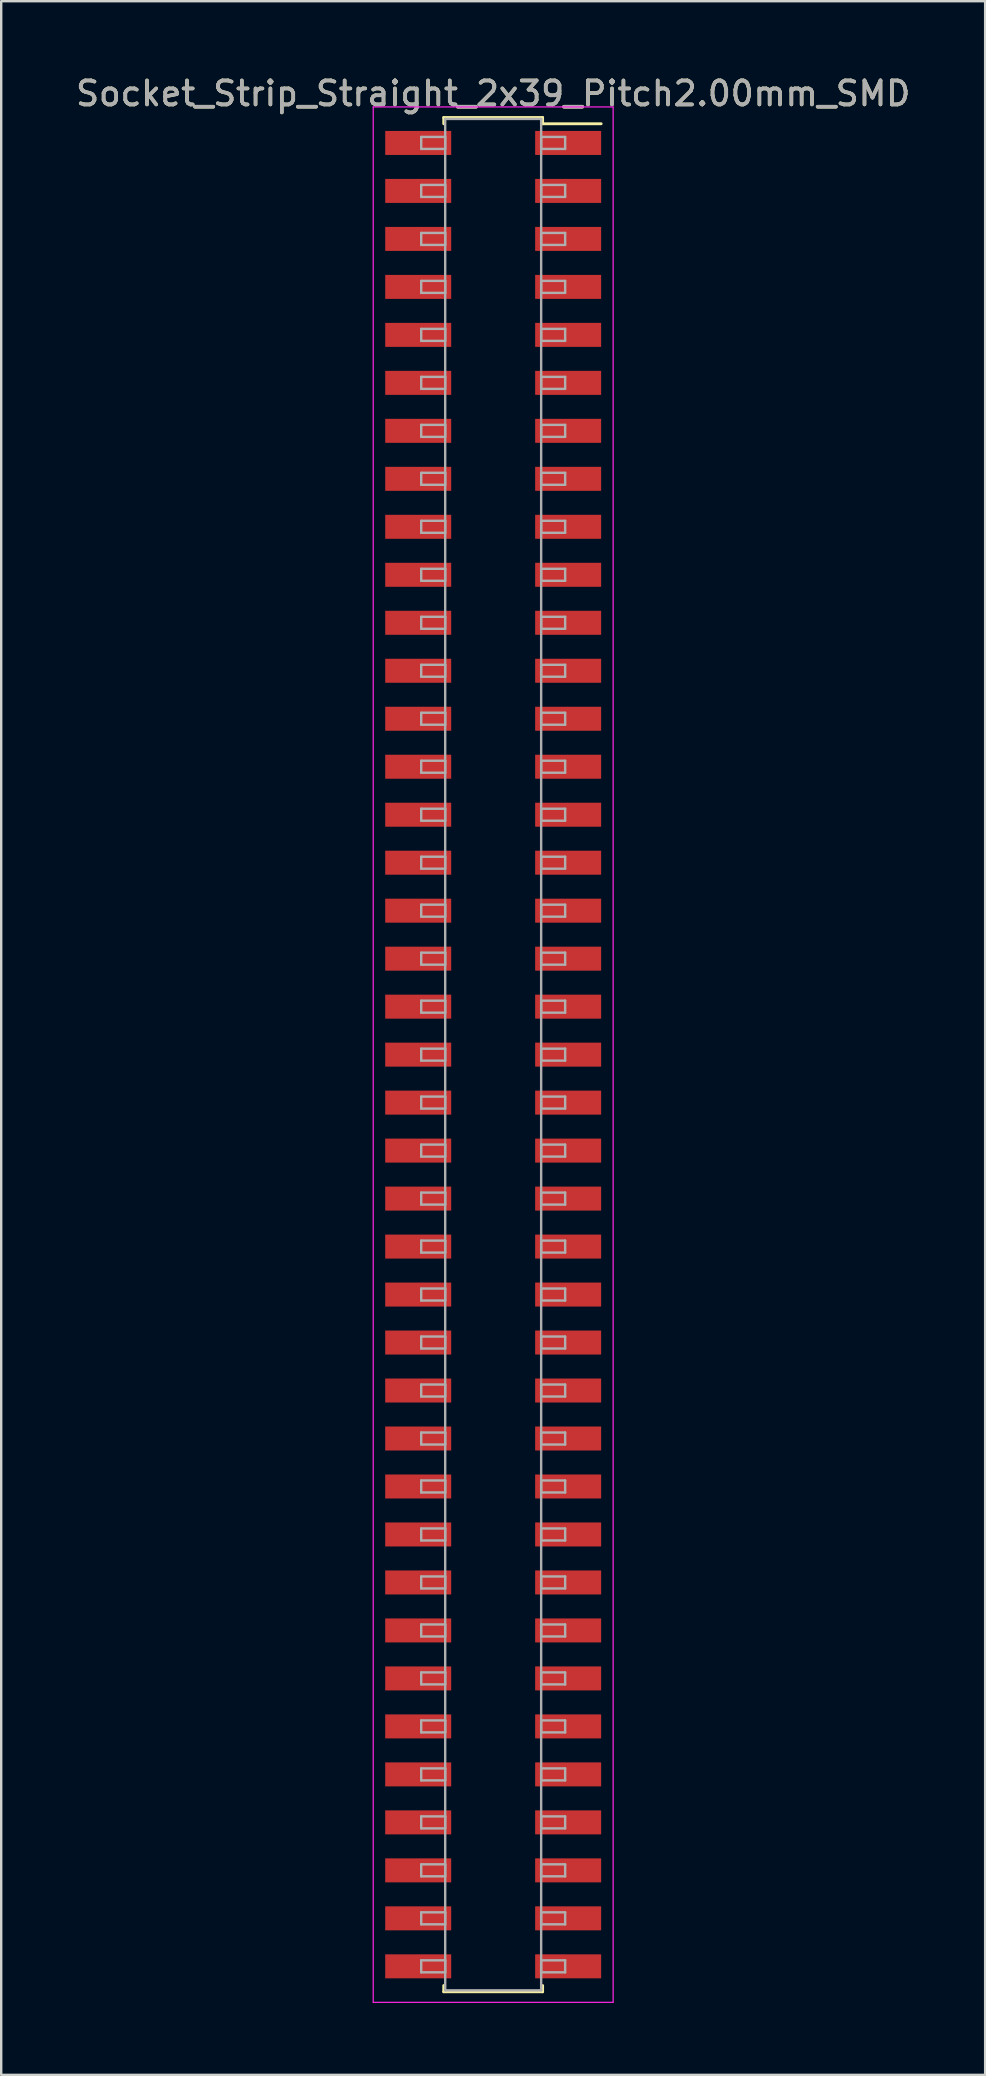
<source format=kicad_pcb>
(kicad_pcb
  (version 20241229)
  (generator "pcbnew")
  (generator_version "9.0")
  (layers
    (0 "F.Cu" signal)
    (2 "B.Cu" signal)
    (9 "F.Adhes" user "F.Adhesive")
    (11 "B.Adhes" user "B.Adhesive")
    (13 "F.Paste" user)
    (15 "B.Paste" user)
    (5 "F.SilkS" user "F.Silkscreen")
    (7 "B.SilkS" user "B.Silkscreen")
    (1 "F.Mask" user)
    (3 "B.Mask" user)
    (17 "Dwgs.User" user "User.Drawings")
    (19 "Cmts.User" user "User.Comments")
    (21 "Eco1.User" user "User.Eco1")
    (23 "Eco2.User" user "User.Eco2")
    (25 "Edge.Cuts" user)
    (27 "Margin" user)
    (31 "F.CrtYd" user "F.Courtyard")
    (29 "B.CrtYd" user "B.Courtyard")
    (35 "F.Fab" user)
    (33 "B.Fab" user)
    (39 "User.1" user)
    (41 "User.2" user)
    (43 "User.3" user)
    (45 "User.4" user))
  (footprint "Socket_Strip_Straight_2x39_Pitch2.00mm_SMD"
    (layer "F.Cu")
    (at 17.506 40.908)
    (property "Reference" "Socket_Strip_Straight_2x39_Pitch2.00mm_SMD" (at 0 -40.06 0) (layer "F.SilkS") (effects (font (size 1 1) (thickness 0.15))))
    (attr smd)
    (fp_line (start -2.06 -39.06) (end 2.06 -39.06) (stroke (width 0.12) (type solid)) (layer "F.SilkS"))
    (fp_line (start -2.06 -38.8) (end -2.06 -39.06) (stroke (width 0.12) (type solid)) (layer "F.SilkS"))
    (fp_line (start -2.06 38.8) (end -2.06 39.06) (stroke (width 0.12) (type solid)) (layer "F.SilkS"))
    (fp_line (start -2.06 39.06) (end 2.06 39.06) (stroke (width 0.12) (type solid)) (layer "F.SilkS"))
    (fp_line (start 2.06 -39.06) (end 2.06 -38.8) (stroke (width 0.12) (type solid)) (layer "F.SilkS"))
    (fp_line (start 2.06 39.06) (end 2.06 38.8) (stroke (width 0.12) (type solid)) (layer "F.SilkS"))
    (fp_line (start 4.5 -38.8) (end 2.06 -38.8) (stroke (width 0.12) (type solid)) (layer "F.SilkS"))
    (fp_line (start -5 -39.5) (end -5 39.5) (stroke (width 0.05) (type solid)) (layer "F.CrtYd"))
    (fp_line (start -5 39.5) (end 5 39.5) (stroke (width 0.05) (type solid)) (layer "F.CrtYd"))
    (fp_line (start 5 -39.5) (end -5 -39.5) (stroke (width 0.05) (type solid)) (layer "F.CrtYd"))
    (fp_line (start 5 39.5) (end 5 -39.5) (stroke (width 0.05) (type solid)) (layer "F.CrtYd"))
    (fp_line (start -3 -38.25) (end -2 -38.25) (stroke (width 0.1) (type solid)) (layer "F.Fab"))
    (fp_line (start -3 -37.75) (end -3 -38.25) (stroke (width 0.1) (type solid)) (layer "F.Fab"))
    (fp_line (start -3 -36.25) (end -2 -36.25) (stroke (width 0.1) (type solid)) (layer "F.Fab"))
    (fp_line (start -3 -35.75) (end -3 -36.25) (stroke (width 0.1) (type solid)) (layer "F.Fab"))
    (fp_line (start -3 -34.25) (end -2 -34.25) (stroke (width 0.1) (type solid)) (layer "F.Fab"))
    (fp_line (start -3 -33.75) (end -3 -34.25) (stroke (width 0.1) (type solid)) (layer "F.Fab"))
    (fp_line (start -3 -32.25) (end -2 -32.25) (stroke (width 0.1) (type solid)) (layer "F.Fab"))
    (fp_line (start -3 -31.75) (end -3 -32.25) (stroke (width 0.1) (type solid)) (layer "F.Fab"))
    (fp_line (start -3 -30.25) (end -2 -30.25) (stroke (width 0.1) (type solid)) (layer "F.Fab"))
    (fp_line (start -3 -29.75) (end -3 -30.25) (stroke (width 0.1) (type solid)) (layer "F.Fab"))
    (fp_line (start -3 -28.25) (end -2 -28.25) (stroke (width 0.1) (type solid)) (layer "F.Fab"))
    (fp_line (start -3 -27.75) (end -3 -28.25) (stroke (width 0.1) (type solid)) (layer "F.Fab"))
    (fp_line (start -3 -26.25) (end -2 -26.25) (stroke (width 0.1) (type solid)) (layer "F.Fab"))
    (fp_line (start -3 -25.75) (end -3 -26.25) (stroke (width 0.1) (type solid)) (layer "F.Fab"))
    (fp_line (start -3 -24.25) (end -2 -24.25) (stroke (width 0.1) (type solid)) (layer "F.Fab"))
    (fp_line (start -3 -23.75) (end -3 -24.25) (stroke (width 0.1) (type solid)) (layer "F.Fab"))
    (fp_line (start -3 -22.25) (end -2 -22.25) (stroke (width 0.1) (type solid)) (layer "F.Fab"))
    (fp_line (start -3 -21.75) (end -3 -22.25) (stroke (width 0.1) (type solid)) (layer "F.Fab"))
    (fp_line (start -3 -20.25) (end -2 -20.25) (stroke (width 0.1) (type solid)) (layer "F.Fab"))
    (fp_line (start -3 -19.75) (end -3 -20.25) (stroke (width 0.1) (type solid)) (layer "F.Fab"))
    (fp_line (start -3 -18.25) (end -2 -18.25) (stroke (width 0.1) (type solid)) (layer "F.Fab"))
    (fp_line (start -3 -17.75) (end -3 -18.25) (stroke (width 0.1) (type solid)) (layer "F.Fab"))
    (fp_line (start -3 -16.25) (end -2 -16.25) (stroke (width 0.1) (type solid)) (layer "F.Fab"))
    (fp_line (start -3 -15.75) (end -3 -16.25) (stroke (width 0.1) (type solid)) (layer "F.Fab"))
    (fp_line (start -3 -14.25) (end -2 -14.25) (stroke (width 0.1) (type solid)) (layer "F.Fab"))
    (fp_line (start -3 -13.75) (end -3 -14.25) (stroke (width 0.1) (type solid)) (layer "F.Fab"))
    (fp_line (start -3 -12.25) (end -2 -12.25) (stroke (width 0.1) (type solid)) (layer "F.Fab"))
    (fp_line (start -3 -11.75) (end -3 -12.25) (stroke (width 0.1) (type solid)) (layer "F.Fab"))
    (fp_line (start -3 -10.25) (end -2 -10.25) (stroke (width 0.1) (type solid)) (layer "F.Fab"))
    (fp_line (start -3 -9.75) (end -3 -10.25) (stroke (width 0.1) (type solid)) (layer "F.Fab"))
    (fp_line (start -3 -8.25) (end -2 -8.25) (stroke (width 0.1) (type solid)) (layer "F.Fab"))
    (fp_line (start -3 -7.75) (end -3 -8.25) (stroke (width 0.1) (type solid)) (layer "F.Fab"))
    (fp_line (start -3 -6.25) (end -2 -6.25) (stroke (width 0.1) (type solid)) (layer "F.Fab"))
    (fp_line (start -3 -5.75) (end -3 -6.25) (stroke (width 0.1) (type solid)) (layer "F.Fab"))
    (fp_line (start -3 -4.25) (end -2 -4.25) (stroke (width 0.1) (type solid)) (layer "F.Fab"))
    (fp_line (start -3 -3.75) (end -3 -4.25) (stroke (width 0.1) (type solid)) (layer "F.Fab"))
    (fp_line (start -3 -2.25) (end -2 -2.25) (stroke (width 0.1) (type solid)) (layer "F.Fab"))
    (fp_line (start -3 -1.75) (end -3 -2.25) (stroke (width 0.1) (type solid)) (layer "F.Fab"))
    (fp_line (start -3 -0.25) (end -2 -0.25) (stroke (width 0.1) (type solid)) (layer "F.Fab"))
    (fp_line (start -3 0.25) (end -3 -0.25) (stroke (width 0.1) (type solid)) (layer "F.Fab"))
    (fp_line (start -3 1.75) (end -2 1.75) (stroke (width 0.1) (type solid)) (layer "F.Fab"))
    (fp_line (start -3 2.25) (end -3 1.75) (stroke (width 0.1) (type solid)) (layer "F.Fab"))
    (fp_line (start -3 3.75) (end -2 3.75) (stroke (width 0.1) (type solid)) (layer "F.Fab"))
    (fp_line (start -3 4.25) (end -3 3.75) (stroke (width 0.1) (type solid)) (layer "F.Fab"))
    (fp_line (start -3 5.75) (end -2 5.75) (stroke (width 0.1) (type solid)) (layer "F.Fab"))
    (fp_line (start -3 6.25) (end -3 5.75) (stroke (width 0.1) (type solid)) (layer "F.Fab"))
    (fp_line (start -3 7.75) (end -2 7.75) (stroke (width 0.1) (type solid)) (layer "F.Fab"))
    (fp_line (start -3 8.25) (end -3 7.75) (stroke (width 0.1) (type solid)) (layer "F.Fab"))
    (fp_line (start -3 9.75) (end -2 9.75) (stroke (width 0.1) (type solid)) (layer "F.Fab"))
    (fp_line (start -3 10.25) (end -3 9.75) (stroke (width 0.1) (type solid)) (layer "F.Fab"))
    (fp_line (start -3 11.75) (end -2 11.75) (stroke (width 0.1) (type solid)) (layer "F.Fab"))
    (fp_line (start -3 12.25) (end -3 11.75) (stroke (width 0.1) (type solid)) (layer "F.Fab"))
    (fp_line (start -3 13.75) (end -2 13.75) (stroke (width 0.1) (type solid)) (layer "F.Fab"))
    (fp_line (start -3 14.25) (end -3 13.75) (stroke (width 0.1) (type solid)) (layer "F.Fab"))
    (fp_line (start -3 15.75) (end -2 15.75) (stroke (width 0.1) (type solid)) (layer "F.Fab"))
    (fp_line (start -3 16.25) (end -3 15.75) (stroke (width 0.1) (type solid)) (layer "F.Fab"))
    (fp_line (start -3 17.75) (end -2 17.75) (stroke (width 0.1) (type solid)) (layer "F.Fab"))
    (fp_line (start -3 18.25) (end -3 17.75) (stroke (width 0.1) (type solid)) (layer "F.Fab"))
    (fp_line (start -3 19.75) (end -2 19.75) (stroke (width 0.1) (type solid)) (layer "F.Fab"))
    (fp_line (start -3 20.25) (end -3 19.75) (stroke (width 0.1) (type solid)) (layer "F.Fab"))
    (fp_line (start -3 21.75) (end -2 21.75) (stroke (width 0.1) (type solid)) (layer "F.Fab"))
    (fp_line (start -3 22.25) (end -3 21.75) (stroke (width 0.1) (type solid)) (layer "F.Fab"))
    (fp_line (start -3 23.75) (end -2 23.75) (stroke (width 0.1) (type solid)) (layer "F.Fab"))
    (fp_line (start -3 24.25) (end -3 23.75) (stroke (width 0.1) (type solid)) (layer "F.Fab"))
    (fp_line (start -3 25.75) (end -2 25.75) (stroke (width 0.1) (type solid)) (layer "F.Fab"))
    (fp_line (start -3 26.25) (end -3 25.75) (stroke (width 0.1) (type solid)) (layer "F.Fab"))
    (fp_line (start -3 27.75) (end -2 27.75) (stroke (width 0.1) (type solid)) (layer "F.Fab"))
    (fp_line (start -3 28.25) (end -3 27.75) (stroke (width 0.1) (type solid)) (layer "F.Fab"))
    (fp_line (start -3 29.75) (end -2 29.75) (stroke (width 0.1) (type solid)) (layer "F.Fab"))
    (fp_line (start -3 30.25) (end -3 29.75) (stroke (width 0.1) (type solid)) (layer "F.Fab"))
    (fp_line (start -3 31.75) (end -2 31.75) (stroke (width 0.1) (type solid)) (layer "F.Fab"))
    (fp_line (start -3 32.25) (end -3 31.75) (stroke (width 0.1) (type solid)) (layer "F.Fab"))
    (fp_line (start -3 33.75) (end -2 33.75) (stroke (width 0.1) (type solid)) (layer "F.Fab"))
    (fp_line (start -3 34.25) (end -3 33.75) (stroke (width 0.1) (type solid)) (layer "F.Fab"))
    (fp_line (start -3 35.75) (end -2 35.75) (stroke (width 0.1) (type solid)) (layer "F.Fab"))
    (fp_line (start -3 36.25) (end -3 35.75) (stroke (width 0.1) (type solid)) (layer "F.Fab"))
    (fp_line (start -3 37.75) (end -2 37.75) (stroke (width 0.1) (type solid)) (layer "F.Fab"))
    (fp_line (start -3 38.25) (end -3 37.75) (stroke (width 0.1) (type solid)) (layer "F.Fab"))
    (fp_line (start -2 -39) (end -2 39) (stroke (width 0.1) (type solid)) (layer "F.Fab"))
    (fp_line (start -2 -38.25) (end -2 -37.75) (stroke (width 0.1) (type solid)) (layer "F.Fab"))
    (fp_line (start -2 -37.75) (end -3 -37.75) (stroke (width 0.1) (type solid)) (layer "F.Fab"))
    (fp_line (start -2 -36.25) (end -2 -35.75) (stroke (width 0.1) (type solid)) (layer "F.Fab"))
    (fp_line (start -2 -35.75) (end -3 -35.75) (stroke (width 0.1) (type solid)) (layer "F.Fab"))
    (fp_line (start -2 -34.25) (end -2 -33.75) (stroke (width 0.1) (type solid)) (layer "F.Fab"))
    (fp_line (start -2 -33.75) (end -3 -33.75) (stroke (width 0.1) (type solid)) (layer "F.Fab"))
    (fp_line (start -2 -32.25) (end -2 -31.75) (stroke (width 0.1) (type solid)) (layer "F.Fab"))
    (fp_line (start -2 -31.75) (end -3 -31.75) (stroke (width 0.1) (type solid)) (layer "F.Fab"))
    (fp_line (start -2 -30.25) (end -2 -29.75) (stroke (width 0.1) (type solid)) (layer "F.Fab"))
    (fp_line (start -2 -29.75) (end -3 -29.75) (stroke (width 0.1) (type solid)) (layer "F.Fab"))
    (fp_line (start -2 -28.25) (end -2 -27.75) (stroke (width 0.1) (type solid)) (layer "F.Fab"))
    (fp_line (start -2 -27.75) (end -3 -27.75) (stroke (width 0.1) (type solid)) (layer "F.Fab"))
    (fp_line (start -2 -26.25) (end -2 -25.75) (stroke (width 0.1) (type solid)) (layer "F.Fab"))
    (fp_line (start -2 -25.75) (end -3 -25.75) (stroke (width 0.1) (type solid)) (layer "F.Fab"))
    (fp_line (start -2 -24.25) (end -2 -23.75) (stroke (width 0.1) (type solid)) (layer "F.Fab"))
    (fp_line (start -2 -23.75) (end -3 -23.75) (stroke (width 0.1) (type solid)) (layer "F.Fab"))
    (fp_line (start -2 -22.25) (end -2 -21.75) (stroke (width 0.1) (type solid)) (layer "F.Fab"))
    (fp_line (start -2 -21.75) (end -3 -21.75) (stroke (width 0.1) (type solid)) (layer "F.Fab"))
    (fp_line (start -2 -20.25) (end -2 -19.75) (stroke (width 0.1) (type solid)) (layer "F.Fab"))
    (fp_line (start -2 -19.75) (end -3 -19.75) (stroke (width 0.1) (type solid)) (layer "F.Fab"))
    (fp_line (start -2 -18.25) (end -2 -17.75) (stroke (width 0.1) (type solid)) (layer "F.Fab"))
    (fp_line (start -2 -17.75) (end -3 -17.75) (stroke (width 0.1) (type solid)) (layer "F.Fab"))
    (fp_line (start -2 -16.25) (end -2 -15.75) (stroke (width 0.1) (type solid)) (layer "F.Fab"))
    (fp_line (start -2 -15.75) (end -3 -15.75) (stroke (width 0.1) (type solid)) (layer "F.Fab"))
    (fp_line (start -2 -14.25) (end -2 -13.75) (stroke (width 0.1) (type solid)) (layer "F.Fab"))
    (fp_line (start -2 -13.75) (end -3 -13.75) (stroke (width 0.1) (type solid)) (layer "F.Fab"))
    (fp_line (start -2 -12.25) (end -2 -11.75) (stroke (width 0.1) (type solid)) (layer "F.Fab"))
    (fp_line (start -2 -11.75) (end -3 -11.75) (stroke (width 0.1) (type solid)) (layer "F.Fab"))
    (fp_line (start -2 -10.25) (end -2 -9.75) (stroke (width 0.1) (type solid)) (layer "F.Fab"))
    (fp_line (start -2 -9.75) (end -3 -9.75) (stroke (width 0.1) (type solid)) (layer "F.Fab"))
    (fp_line (start -2 -8.25) (end -2 -7.75) (stroke (width 0.1) (type solid)) (layer "F.Fab"))
    (fp_line (start -2 -7.75) (end -3 -7.75) (stroke (width 0.1) (type solid)) (layer "F.Fab"))
    (fp_line (start -2 -6.25) (end -2 -5.75) (stroke (width 0.1) (type solid)) (layer "F.Fab"))
    (fp_line (start -2 -5.75) (end -3 -5.75) (stroke (width 0.1) (type solid)) (layer "F.Fab"))
    (fp_line (start -2 -4.25) (end -2 -3.75) (stroke (width 0.1) (type solid)) (layer "F.Fab"))
    (fp_line (start -2 -3.75) (end -3 -3.75) (stroke (width 0.1) (type solid)) (layer "F.Fab"))
    (fp_line (start -2 -2.25) (end -2 -1.75) (stroke (width 0.1) (type solid)) (layer "F.Fab"))
    (fp_line (start -2 -1.75) (end -3 -1.75) (stroke (width 0.1) (type solid)) (layer "F.Fab"))
    (fp_line (start -2 -0.25) (end -2 0.25) (stroke (width 0.1) (type solid)) (layer "F.Fab"))
    (fp_line (start -2 0.25) (end -3 0.25) (stroke (width 0.1) (type solid)) (layer "F.Fab"))
    (fp_line (start -2 1.75) (end -2 2.25) (stroke (width 0.1) (type solid)) (layer "F.Fab"))
    (fp_line (start -2 2.25) (end -3 2.25) (stroke (width 0.1) (type solid)) (layer "F.Fab"))
    (fp_line (start -2 3.75) (end -2 4.25) (stroke (width 0.1) (type solid)) (layer "F.Fab"))
    (fp_line (start -2 4.25) (end -3 4.25) (stroke (width 0.1) (type solid)) (layer "F.Fab"))
    (fp_line (start -2 5.75) (end -2 6.25) (stroke (width 0.1) (type solid)) (layer "F.Fab"))
    (fp_line (start -2 6.25) (end -3 6.25) (stroke (width 0.1) (type solid)) (layer "F.Fab"))
    (fp_line (start -2 7.75) (end -2 8.25) (stroke (width 0.1) (type solid)) (layer "F.Fab"))
    (fp_line (start -2 8.25) (end -3 8.25) (stroke (width 0.1) (type solid)) (layer "F.Fab"))
    (fp_line (start -2 9.75) (end -2 10.25) (stroke (width 0.1) (type solid)) (layer "F.Fab"))
    (fp_line (start -2 10.25) (end -3 10.25) (stroke (width 0.1) (type solid)) (layer "F.Fab"))
    (fp_line (start -2 11.75) (end -2 12.25) (stroke (width 0.1) (type solid)) (layer "F.Fab"))
    (fp_line (start -2 12.25) (end -3 12.25) (stroke (width 0.1) (type solid)) (layer "F.Fab"))
    (fp_line (start -2 13.75) (end -2 14.25) (stroke (width 0.1) (type solid)) (layer "F.Fab"))
    (fp_line (start -2 14.25) (end -3 14.25) (stroke (width 0.1) (type solid)) (layer "F.Fab"))
    (fp_line (start -2 15.75) (end -2 16.25) (stroke (width 0.1) (type solid)) (layer "F.Fab"))
    (fp_line (start -2 16.25) (end -3 16.25) (stroke (width 0.1) (type solid)) (layer "F.Fab"))
    (fp_line (start -2 17.75) (end -2 18.25) (stroke (width 0.1) (type solid)) (layer "F.Fab"))
    (fp_line (start -2 18.25) (end -3 18.25) (stroke (width 0.1) (type solid)) (layer "F.Fab"))
    (fp_line (start -2 19.75) (end -2 20.25) (stroke (width 0.1) (type solid)) (layer "F.Fab"))
    (fp_line (start -2 20.25) (end -3 20.25) (stroke (width 0.1) (type solid)) (layer "F.Fab"))
    (fp_line (start -2 21.75) (end -2 22.25) (stroke (width 0.1) (type solid)) (layer "F.Fab"))
    (fp_line (start -2 22.25) (end -3 22.25) (stroke (width 0.1) (type solid)) (layer "F.Fab"))
    (fp_line (start -2 23.75) (end -2 24.25) (stroke (width 0.1) (type solid)) (layer "F.Fab"))
    (fp_line (start -2 24.25) (end -3 24.25) (stroke (width 0.1) (type solid)) (layer "F.Fab"))
    (fp_line (start -2 25.75) (end -2 26.25) (stroke (width 0.1) (type solid)) (layer "F.Fab"))
    (fp_line (start -2 26.25) (end -3 26.25) (stroke (width 0.1) (type solid)) (layer "F.Fab"))
    (fp_line (start -2 27.75) (end -2 28.25) (stroke (width 0.1) (type solid)) (layer "F.Fab"))
    (fp_line (start -2 28.25) (end -3 28.25) (stroke (width 0.1) (type solid)) (layer "F.Fab"))
    (fp_line (start -2 29.75) (end -2 30.25) (stroke (width 0.1) (type solid)) (layer "F.Fab"))
    (fp_line (start -2 30.25) (end -3 30.25) (stroke (width 0.1) (type solid)) (layer "F.Fab"))
    (fp_line (start -2 31.75) (end -2 32.25) (stroke (width 0.1) (type solid)) (layer "F.Fab"))
    (fp_line (start -2 32.25) (end -3 32.25) (stroke (width 0.1) (type solid)) (layer "F.Fab"))
    (fp_line (start -2 33.75) (end -2 34.25) (stroke (width 0.1) (type solid)) (layer "F.Fab"))
    (fp_line (start -2 34.25) (end -3 34.25) (stroke (width 0.1) (type solid)) (layer "F.Fab"))
    (fp_line (start -2 35.75) (end -2 36.25) (stroke (width 0.1) (type solid)) (layer "F.Fab"))
    (fp_line (start -2 36.25) (end -3 36.25) (stroke (width 0.1) (type solid)) (layer "F.Fab"))
    (fp_line (start -2 37.75) (end -2 38.25) (stroke (width 0.1) (type solid)) (layer "F.Fab"))
    (fp_line (start -2 38.25) (end -3 38.25) (stroke (width 0.1) (type solid)) (layer "F.Fab"))
    (fp_line (start -2 39) (end 2 39) (stroke (width 0.1) (type solid)) (layer "F.Fab"))
    (fp_line (start 2 -39) (end -2 -39) (stroke (width 0.1) (type solid)) (layer "F.Fab"))
    (fp_line (start 2 -38.25) (end 2 -37.75) (stroke (width 0.1) (type solid)) (layer "F.Fab"))
    (fp_line (start 2 -37.75) (end 3 -37.75) (stroke (width 0.1) (type solid)) (layer "F.Fab"))
    (fp_line (start 2 -36.25) (end 2 -35.75) (stroke (width 0.1) (type solid)) (layer "F.Fab"))
    (fp_line (start 2 -35.75) (end 3 -35.75) (stroke (width 0.1) (type solid)) (layer "F.Fab"))
    (fp_line (start 2 -34.25) (end 2 -33.75) (stroke (width 0.1) (type solid)) (layer "F.Fab"))
    (fp_line (start 2 -33.75) (end 3 -33.75) (stroke (width 0.1) (type solid)) (layer "F.Fab"))
    (fp_line (start 2 -32.25) (end 2 -31.75) (stroke (width 0.1) (type solid)) (layer "F.Fab"))
    (fp_line (start 2 -31.75) (end 3 -31.75) (stroke (width 0.1) (type solid)) (layer "F.Fab"))
    (fp_line (start 2 -30.25) (end 2 -29.75) (stroke (width 0.1) (type solid)) (layer "F.Fab"))
    (fp_line (start 2 -29.75) (end 3 -29.75) (stroke (width 0.1) (type solid)) (layer "F.Fab"))
    (fp_line (start 2 -28.25) (end 2 -27.75) (stroke (width 0.1) (type solid)) (layer "F.Fab"))
    (fp_line (start 2 -27.75) (end 3 -27.75) (stroke (width 0.1) (type solid)) (layer "F.Fab"))
    (fp_line (start 2 -26.25) (end 2 -25.75) (stroke (width 0.1) (type solid)) (layer "F.Fab"))
    (fp_line (start 2 -25.75) (end 3 -25.75) (stroke (width 0.1) (type solid)) (layer "F.Fab"))
    (fp_line (start 2 -24.25) (end 2 -23.75) (stroke (width 0.1) (type solid)) (layer "F.Fab"))
    (fp_line (start 2 -23.75) (end 3 -23.75) (stroke (width 0.1) (type solid)) (layer "F.Fab"))
    (fp_line (start 2 -22.25) (end 2 -21.75) (stroke (width 0.1) (type solid)) (layer "F.Fab"))
    (fp_line (start 2 -21.75) (end 3 -21.75) (stroke (width 0.1) (type solid)) (layer "F.Fab"))
    (fp_line (start 2 -20.25) (end 2 -19.75) (stroke (width 0.1) (type solid)) (layer "F.Fab"))
    (fp_line (start 2 -19.75) (end 3 -19.75) (stroke (width 0.1) (type solid)) (layer "F.Fab"))
    (fp_line (start 2 -18.25) (end 2 -17.75) (stroke (width 0.1) (type solid)) (layer "F.Fab"))
    (fp_line (start 2 -17.75) (end 3 -17.75) (stroke (width 0.1) (type solid)) (layer "F.Fab"))
    (fp_line (start 2 -16.25) (end 2 -15.75) (stroke (width 0.1) (type solid)) (layer "F.Fab"))
    (fp_line (start 2 -15.75) (end 3 -15.75) (stroke (width 0.1) (type solid)) (layer "F.Fab"))
    (fp_line (start 2 -14.25) (end 2 -13.75) (stroke (width 0.1) (type solid)) (layer "F.Fab"))
    (fp_line (start 2 -13.75) (end 3 -13.75) (stroke (width 0.1) (type solid)) (layer "F.Fab"))
    (fp_line (start 2 -12.25) (end 2 -11.75) (stroke (width 0.1) (type solid)) (layer "F.Fab"))
    (fp_line (start 2 -11.75) (end 3 -11.75) (stroke (width 0.1) (type solid)) (layer "F.Fab"))
    (fp_line (start 2 -10.25) (end 2 -9.75) (stroke (width 0.1) (type solid)) (layer "F.Fab"))
    (fp_line (start 2 -9.75) (end 3 -9.75) (stroke (width 0.1) (type solid)) (layer "F.Fab"))
    (fp_line (start 2 -8.25) (end 2 -7.75) (stroke (width 0.1) (type solid)) (layer "F.Fab"))
    (fp_line (start 2 -7.75) (end 3 -7.75) (stroke (width 0.1) (type solid)) (layer "F.Fab"))
    (fp_line (start 2 -6.25) (end 2 -5.75) (stroke (width 0.1) (type solid)) (layer "F.Fab"))
    (fp_line (start 2 -5.75) (end 3 -5.75) (stroke (width 0.1) (type solid)) (layer "F.Fab"))
    (fp_line (start 2 -4.25) (end 2 -3.75) (stroke (width 0.1) (type solid)) (layer "F.Fab"))
    (fp_line (start 2 -3.75) (end 3 -3.75) (stroke (width 0.1) (type solid)) (layer "F.Fab"))
    (fp_line (start 2 -2.25) (end 2 -1.75) (stroke (width 0.1) (type solid)) (layer "F.Fab"))
    (fp_line (start 2 -1.75) (end 3 -1.75) (stroke (width 0.1) (type solid)) (layer "F.Fab"))
    (fp_line (start 2 -0.25) (end 2 0.25) (stroke (width 0.1) (type solid)) (layer "F.Fab"))
    (fp_line (start 2 0.25) (end 3 0.25) (stroke (width 0.1) (type solid)) (layer "F.Fab"))
    (fp_line (start 2 1.75) (end 2 2.25) (stroke (width 0.1) (type solid)) (layer "F.Fab"))
    (fp_line (start 2 2.25) (end 3 2.25) (stroke (width 0.1) (type solid)) (layer "F.Fab"))
    (fp_line (start 2 3.75) (end 2 4.25) (stroke (width 0.1) (type solid)) (layer "F.Fab"))
    (fp_line (start 2 4.25) (end 3 4.25) (stroke (width 0.1) (type solid)) (layer "F.Fab"))
    (fp_line (start 2 5.75) (end 2 6.25) (stroke (width 0.1) (type solid)) (layer "F.Fab"))
    (fp_line (start 2 6.25) (end 3 6.25) (stroke (width 0.1) (type solid)) (layer "F.Fab"))
    (fp_line (start 2 7.75) (end 2 8.25) (stroke (width 0.1) (type solid)) (layer "F.Fab"))
    (fp_line (start 2 8.25) (end 3 8.25) (stroke (width 0.1) (type solid)) (layer "F.Fab"))
    (fp_line (start 2 9.75) (end 2 10.25) (stroke (width 0.1) (type solid)) (layer "F.Fab"))
    (fp_line (start 2 10.25) (end 3 10.25) (stroke (width 0.1) (type solid)) (layer "F.Fab"))
    (fp_line (start 2 11.75) (end 2 12.25) (stroke (width 0.1) (type solid)) (layer "F.Fab"))
    (fp_line (start 2 12.25) (end 3 12.25) (stroke (width 0.1) (type solid)) (layer "F.Fab"))
    (fp_line (start 2 13.75) (end 2 14.25) (stroke (width 0.1) (type solid)) (layer "F.Fab"))
    (fp_line (start 2 14.25) (end 3 14.25) (stroke (width 0.1) (type solid)) (layer "F.Fab"))
    (fp_line (start 2 15.75) (end 2 16.25) (stroke (width 0.1) (type solid)) (layer "F.Fab"))
    (fp_line (start 2 16.25) (end 3 16.25) (stroke (width 0.1) (type solid)) (layer "F.Fab"))
    (fp_line (start 2 17.75) (end 2 18.25) (stroke (width 0.1) (type solid)) (layer "F.Fab"))
    (fp_line (start 2 18.25) (end 3 18.25) (stroke (width 0.1) (type solid)) (layer "F.Fab"))
    (fp_line (start 2 19.75) (end 2 20.25) (stroke (width 0.1) (type solid)) (layer "F.Fab"))
    (fp_line (start 2 20.25) (end 3 20.25) (stroke (width 0.1) (type solid)) (layer "F.Fab"))
    (fp_line (start 2 21.75) (end 2 22.25) (stroke (width 0.1) (type solid)) (layer "F.Fab"))
    (fp_line (start 2 22.25) (end 3 22.25) (stroke (width 0.1) (type solid)) (layer "F.Fab"))
    (fp_line (start 2 23.75) (end 2 24.25) (stroke (width 0.1) (type solid)) (layer "F.Fab"))
    (fp_line (start 2 24.25) (end 3 24.25) (stroke (width 0.1) (type solid)) (layer "F.Fab"))
    (fp_line (start 2 25.75) (end 2 26.25) (stroke (width 0.1) (type solid)) (layer "F.Fab"))
    (fp_line (start 2 26.25) (end 3 26.25) (stroke (width 0.1) (type solid)) (layer "F.Fab"))
    (fp_line (start 2 27.75) (end 2 28.25) (stroke (width 0.1) (type solid)) (layer "F.Fab"))
    (fp_line (start 2 28.25) (end 3 28.25) (stroke (width 0.1) (type solid)) (layer "F.Fab"))
    (fp_line (start 2 29.75) (end 2 30.25) (stroke (width 0.1) (type solid)) (layer "F.Fab"))
    (fp_line (start 2 30.25) (end 3 30.25) (stroke (width 0.1) (type solid)) (layer "F.Fab"))
    (fp_line (start 2 31.75) (end 2 32.25) (stroke (width 0.1) (type solid)) (layer "F.Fab"))
    (fp_line (start 2 32.25) (end 3 32.25) (stroke (width 0.1) (type solid)) (layer "F.Fab"))
    (fp_line (start 2 33.75) (end 2 34.25) (stroke (width 0.1) (type solid)) (layer "F.Fab"))
    (fp_line (start 2 34.25) (end 3 34.25) (stroke (width 0.1) (type solid)) (layer "F.Fab"))
    (fp_line (start 2 35.75) (end 2 36.25) (stroke (width 0.1) (type solid)) (layer "F.Fab"))
    (fp_line (start 2 36.25) (end 3 36.25) (stroke (width 0.1) (type solid)) (layer "F.Fab"))
    (fp_line (start 2 37.75) (end 2 38.25) (stroke (width 0.1) (type solid)) (layer "F.Fab"))
    (fp_line (start 2 38.25) (end 3 38.25) (stroke (width 0.1) (type solid)) (layer "F.Fab"))
    (fp_line (start 2 39) (end 2 -39) (stroke (width 0.1) (type solid)) (layer "F.Fab"))
    (fp_line (start 3 -38.25) (end 2 -38.25) (stroke (width 0.1) (type solid)) (layer "F.Fab"))
    (fp_line (start 3 -37.75) (end 3 -38.25) (stroke (width 0.1) (type solid)) (layer "F.Fab"))
    (fp_line (start 3 -36.25) (end 2 -36.25) (stroke (width 0.1) (type solid)) (layer "F.Fab"))
    (fp_line (start 3 -35.75) (end 3 -36.25) (stroke (width 0.1) (type solid)) (layer "F.Fab"))
    (fp_line (start 3 -34.25) (end 2 -34.25) (stroke (width 0.1) (type solid)) (layer "F.Fab"))
    (fp_line (start 3 -33.75) (end 3 -34.25) (stroke (width 0.1) (type solid)) (layer "F.Fab"))
    (fp_line (start 3 -32.25) (end 2 -32.25) (stroke (width 0.1) (type solid)) (layer "F.Fab"))
    (fp_line (start 3 -31.75) (end 3 -32.25) (stroke (width 0.1) (type solid)) (layer "F.Fab"))
    (fp_line (start 3 -30.25) (end 2 -30.25) (stroke (width 0.1) (type solid)) (layer "F.Fab"))
    (fp_line (start 3 -29.75) (end 3 -30.25) (stroke (width 0.1) (type solid)) (layer "F.Fab"))
    (fp_line (start 3 -28.25) (end 2 -28.25) (stroke (width 0.1) (type solid)) (layer "F.Fab"))
    (fp_line (start 3 -27.75) (end 3 -28.25) (stroke (width 0.1) (type solid)) (layer "F.Fab"))
    (fp_line (start 3 -26.25) (end 2 -26.25) (stroke (width 0.1) (type solid)) (layer "F.Fab"))
    (fp_line (start 3 -25.75) (end 3 -26.25) (stroke (width 0.1) (type solid)) (layer "F.Fab"))
    (fp_line (start 3 -24.25) (end 2 -24.25) (stroke (width 0.1) (type solid)) (layer "F.Fab"))
    (fp_line (start 3 -23.75) (end 3 -24.25) (stroke (width 0.1) (type solid)) (layer "F.Fab"))
    (fp_line (start 3 -22.25) (end 2 -22.25) (stroke (width 0.1) (type solid)) (layer "F.Fab"))
    (fp_line (start 3 -21.75) (end 3 -22.25) (stroke (width 0.1) (type solid)) (layer "F.Fab"))
    (fp_line (start 3 -20.25) (end 2 -20.25) (stroke (width 0.1) (type solid)) (layer "F.Fab"))
    (fp_line (start 3 -19.75) (end 3 -20.25) (stroke (width 0.1) (type solid)) (layer "F.Fab"))
    (fp_line (start 3 -18.25) (end 2 -18.25) (stroke (width 0.1) (type solid)) (layer "F.Fab"))
    (fp_line (start 3 -17.75) (end 3 -18.25) (stroke (width 0.1) (type solid)) (layer "F.Fab"))
    (fp_line (start 3 -16.25) (end 2 -16.25) (stroke (width 0.1) (type solid)) (layer "F.Fab"))
    (fp_line (start 3 -15.75) (end 3 -16.25) (stroke (width 0.1) (type solid)) (layer "F.Fab"))
    (fp_line (start 3 -14.25) (end 2 -14.25) (stroke (width 0.1) (type solid)) (layer "F.Fab"))
    (fp_line (start 3 -13.75) (end 3 -14.25) (stroke (width 0.1) (type solid)) (layer "F.Fab"))
    (fp_line (start 3 -12.25) (end 2 -12.25) (stroke (width 0.1) (type solid)) (layer "F.Fab"))
    (fp_line (start 3 -11.75) (end 3 -12.25) (stroke (width 0.1) (type solid)) (layer "F.Fab"))
    (fp_line (start 3 -10.25) (end 2 -10.25) (stroke (width 0.1) (type solid)) (layer "F.Fab"))
    (fp_line (start 3 -9.75) (end 3 -10.25) (stroke (width 0.1) (type solid)) (layer "F.Fab"))
    (fp_line (start 3 -8.25) (end 2 -8.25) (stroke (width 0.1) (type solid)) (layer "F.Fab"))
    (fp_line (start 3 -7.75) (end 3 -8.25) (stroke (width 0.1) (type solid)) (layer "F.Fab"))
    (fp_line (start 3 -6.25) (end 2 -6.25) (stroke (width 0.1) (type solid)) (layer "F.Fab"))
    (fp_line (start 3 -5.75) (end 3 -6.25) (stroke (width 0.1) (type solid)) (layer "F.Fab"))
    (fp_line (start 3 -4.25) (end 2 -4.25) (stroke (width 0.1) (type solid)) (layer "F.Fab"))
    (fp_line (start 3 -3.75) (end 3 -4.25) (stroke (width 0.1) (type solid)) (layer "F.Fab"))
    (fp_line (start 3 -2.25) (end 2 -2.25) (stroke (width 0.1) (type solid)) (layer "F.Fab"))
    (fp_line (start 3 -1.75) (end 3 -2.25) (stroke (width 0.1) (type solid)) (layer "F.Fab"))
    (fp_line (start 3 -0.25) (end 2 -0.25) (stroke (width 0.1) (type solid)) (layer "F.Fab"))
    (fp_line (start 3 0.25) (end 3 -0.25) (stroke (width 0.1) (type solid)) (layer "F.Fab"))
    (fp_line (start 3 1.75) (end 2 1.75) (stroke (width 0.1) (type solid)) (layer "F.Fab"))
    (fp_line (start 3 2.25) (end 3 1.75) (stroke (width 0.1) (type solid)) (layer "F.Fab"))
    (fp_line (start 3 3.75) (end 2 3.75) (stroke (width 0.1) (type solid)) (layer "F.Fab"))
    (fp_line (start 3 4.25) (end 3 3.75) (stroke (width 0.1) (type solid)) (layer "F.Fab"))
    (fp_line (start 3 5.75) (end 2 5.75) (stroke (width 0.1) (type solid)) (layer "F.Fab"))
    (fp_line (start 3 6.25) (end 3 5.75) (stroke (width 0.1) (type solid)) (layer "F.Fab"))
    (fp_line (start 3 7.75) (end 2 7.75) (stroke (width 0.1) (type solid)) (layer "F.Fab"))
    (fp_line (start 3 8.25) (end 3 7.75) (stroke (width 0.1) (type solid)) (layer "F.Fab"))
    (fp_line (start 3 9.75) (end 2 9.75) (stroke (width 0.1) (type solid)) (layer "F.Fab"))
    (fp_line (start 3 10.25) (end 3 9.75) (stroke (width 0.1) (type solid)) (layer "F.Fab"))
    (fp_line (start 3 11.75) (end 2 11.75) (stroke (width 0.1) (type solid)) (layer "F.Fab"))
    (fp_line (start 3 12.25) (end 3 11.75) (stroke (width 0.1) (type solid)) (layer "F.Fab"))
    (fp_line (start 3 13.75) (end 2 13.75) (stroke (width 0.1) (type solid)) (layer "F.Fab"))
    (fp_line (start 3 14.25) (end 3 13.75) (stroke (width 0.1) (type solid)) (layer "F.Fab"))
    (fp_line (start 3 15.75) (end 2 15.75) (stroke (width 0.1) (type solid)) (layer "F.Fab"))
    (fp_line (start 3 16.25) (end 3 15.75) (stroke (width 0.1) (type solid)) (layer "F.Fab"))
    (fp_line (start 3 17.75) (end 2 17.75) (stroke (width 0.1) (type solid)) (layer "F.Fab"))
    (fp_line (start 3 18.25) (end 3 17.75) (stroke (width 0.1) (type solid)) (layer "F.Fab"))
    (fp_line (start 3 19.75) (end 2 19.75) (stroke (width 0.1) (type solid)) (layer "F.Fab"))
    (fp_line (start 3 20.25) (end 3 19.75) (stroke (width 0.1) (type solid)) (layer "F.Fab"))
    (fp_line (start 3 21.75) (end 2 21.75) (stroke (width 0.1) (type solid)) (layer "F.Fab"))
    (fp_line (start 3 22.25) (end 3 21.75) (stroke (width 0.1) (type solid)) (layer "F.Fab"))
    (fp_line (start 3 23.75) (end 2 23.75) (stroke (width 0.1) (type solid)) (layer "F.Fab"))
    (fp_line (start 3 24.25) (end 3 23.75) (stroke (width 0.1) (type solid)) (layer "F.Fab"))
    (fp_line (start 3 25.75) (end 2 25.75) (stroke (width 0.1) (type solid)) (layer "F.Fab"))
    (fp_line (start 3 26.25) (end 3 25.75) (stroke (width 0.1) (type solid)) (layer "F.Fab"))
    (fp_line (start 3 27.75) (end 2 27.75) (stroke (width 0.1) (type solid)) (layer "F.Fab"))
    (fp_line (start 3 28.25) (end 3 27.75) (stroke (width 0.1) (type solid)) (layer "F.Fab"))
    (fp_line (start 3 29.75) (end 2 29.75) (stroke (width 0.1) (type solid)) (layer "F.Fab"))
    (fp_line (start 3 30.25) (end 3 29.75) (stroke (width 0.1) (type solid)) (layer "F.Fab"))
    (fp_line (start 3 31.75) (end 2 31.75) (stroke (width 0.1) (type solid)) (layer "F.Fab"))
    (fp_line (start 3 32.25) (end 3 31.75) (stroke (width 0.1) (type solid)) (layer "F.Fab"))
    (fp_line (start 3 33.75) (end 2 33.75) (stroke (width 0.1) (type solid)) (layer "F.Fab"))
    (fp_line (start 3 34.25) (end 3 33.75) (stroke (width 0.1) (type solid)) (layer "F.Fab"))
    (fp_line (start 3 35.75) (end 2 35.75) (stroke (width 0.1) (type solid)) (layer "F.Fab"))
    (fp_line (start 3 36.25) (end 3 35.75) (stroke (width 0.1) (type solid)) (layer "F.Fab"))
    (fp_line (start 3 37.75) (end 2 37.75) (stroke (width 0.1) (type solid)) (layer "F.Fab"))
    (fp_line (start 3 38.25) (end 3 37.75) (stroke (width 0.1) (type solid)) (layer "F.Fab"))
    (fp_text user "${REFERENCE}" (at 0 -40.06 0) (layer "F.Fab") (effects (font (size 1 1) (thickness 0.15))))
    (pad "1" smd rect (at 3.125 -38) (size 2.75 1) (layers "F.Cu" "F.Mask" "F.Paste"))
    (pad "2" smd rect (at -3.125 -38) (size 2.75 1) (layers "F.Cu" "F.Mask" "F.Paste"))
    (pad "3" smd rect (at 3.125 -36) (size 2.75 1) (layers "F.Cu" "F.Mask" "F.Paste"))
    (pad "4" smd rect (at -3.125 -36) (size 2.75 1) (layers "F.Cu" "F.Mask" "F.Paste"))
    (pad "5" smd rect (at 3.125 -34) (size 2.75 1) (layers "F.Cu" "F.Mask" "F.Paste"))
    (pad "6" smd rect (at -3.125 -34) (size 2.75 1) (layers "F.Cu" "F.Mask" "F.Paste"))
    (pad "7" smd rect (at 3.125 -32) (size 2.75 1) (layers "F.Cu" "F.Mask" "F.Paste"))
    (pad "8" smd rect (at -3.125 -32) (size 2.75 1) (layers "F.Cu" "F.Mask" "F.Paste"))
    (pad "9" smd rect (at 3.125 -30) (size 2.75 1) (layers "F.Cu" "F.Mask" "F.Paste"))
    (pad "10" smd rect (at -3.125 -30) (size 2.75 1) (layers "F.Cu" "F.Mask" "F.Paste"))
    (pad "11" smd rect (at 3.125 -28) (size 2.75 1) (layers "F.Cu" "F.Mask" "F.Paste"))
    (pad "12" smd rect (at -3.125 -28) (size 2.75 1) (layers "F.Cu" "F.Mask" "F.Paste"))
    (pad "13" smd rect (at 3.125 -26) (size 2.75 1) (layers "F.Cu" "F.Mask" "F.Paste"))
    (pad "14" smd rect (at -3.125 -26) (size 2.75 1) (layers "F.Cu" "F.Mask" "F.Paste"))
    (pad "15" smd rect (at 3.125 -24) (size 2.75 1) (layers "F.Cu" "F.Mask" "F.Paste"))
    (pad "16" smd rect (at -3.125 -24) (size 2.75 1) (layers "F.Cu" "F.Mask" "F.Paste"))
    (pad "17" smd rect (at 3.125 -22) (size 2.75 1) (layers "F.Cu" "F.Mask" "F.Paste"))
    (pad "18" smd rect (at -3.125 -22) (size 2.75 1) (layers "F.Cu" "F.Mask" "F.Paste"))
    (pad "19" smd rect (at 3.125 -20) (size 2.75 1) (layers "F.Cu" "F.Mask" "F.Paste"))
    (pad "20" smd rect (at -3.125 -20) (size 2.75 1) (layers "F.Cu" "F.Mask" "F.Paste"))
    (pad "21" smd rect (at 3.125 -18) (size 2.75 1) (layers "F.Cu" "F.Mask" "F.Paste"))
    (pad "22" smd rect (at -3.125 -18) (size 2.75 1) (layers "F.Cu" "F.Mask" "F.Paste"))
    (pad "23" smd rect (at 3.125 -16) (size 2.75 1) (layers "F.Cu" "F.Mask" "F.Paste"))
    (pad "24" smd rect (at -3.125 -16) (size 2.75 1) (layers "F.Cu" "F.Mask" "F.Paste"))
    (pad "25" smd rect (at 3.125 -14) (size 2.75 1) (layers "F.Cu" "F.Mask" "F.Paste"))
    (pad "26" smd rect (at -3.125 -14) (size 2.75 1) (layers "F.Cu" "F.Mask" "F.Paste"))
    (pad "27" smd rect (at 3.125 -12) (size 2.75 1) (layers "F.Cu" "F.Mask" "F.Paste"))
    (pad "28" smd rect (at -3.125 -12) (size 2.75 1) (layers "F.Cu" "F.Mask" "F.Paste"))
    (pad "29" smd rect (at 3.125 -10) (size 2.75 1) (layers "F.Cu" "F.Mask" "F.Paste"))
    (pad "30" smd rect (at -3.125 -10) (size 2.75 1) (layers "F.Cu" "F.Mask" "F.Paste"))
    (pad "31" smd rect (at 3.125 -8) (size 2.75 1) (layers "F.Cu" "F.Mask" "F.Paste"))
    (pad "32" smd rect (at -3.125 -8) (size 2.75 1) (layers "F.Cu" "F.Mask" "F.Paste"))
    (pad "33" smd rect (at 3.125 -6) (size 2.75 1) (layers "F.Cu" "F.Mask" "F.Paste"))
    (pad "34" smd rect (at -3.125 -6) (size 2.75 1) (layers "F.Cu" "F.Mask" "F.Paste"))
    (pad "35" smd rect (at 3.125 -4) (size 2.75 1) (layers "F.Cu" "F.Mask" "F.Paste"))
    (pad "36" smd rect (at -3.125 -4) (size 2.75 1) (layers "F.Cu" "F.Mask" "F.Paste"))
    (pad "37" smd rect (at 3.125 -2) (size 2.75 1) (layers "F.Cu" "F.Mask" "F.Paste"))
    (pad "38" smd rect (at -3.125 -2) (size 2.75 1) (layers "F.Cu" "F.Mask" "F.Paste"))
    (pad "39" smd rect (at 3.125 0) (size 2.75 1) (layers "F.Cu" "F.Mask" "F.Paste"))
    (pad "40" smd rect (at -3.125 0) (size 2.75 1) (layers "F.Cu" "F.Mask" "F.Paste"))
    (pad "41" smd rect (at 3.125 2) (size 2.75 1) (layers "F.Cu" "F.Mask" "F.Paste"))
    (pad "42" smd rect (at -3.125 2) (size 2.75 1) (layers "F.Cu" "F.Mask" "F.Paste"))
    (pad "43" smd rect (at 3.125 4) (size 2.75 1) (layers "F.Cu" "F.Mask" "F.Paste"))
    (pad "44" smd rect (at -3.125 4) (size 2.75 1) (layers "F.Cu" "F.Mask" "F.Paste"))
    (pad "45" smd rect (at 3.125 6) (size 2.75 1) (layers "F.Cu" "F.Mask" "F.Paste"))
    (pad "46" smd rect (at -3.125 6) (size 2.75 1) (layers "F.Cu" "F.Mask" "F.Paste"))
    (pad "47" smd rect (at 3.125 8) (size 2.75 1) (layers "F.Cu" "F.Mask" "F.Paste"))
    (pad "48" smd rect (at -3.125 8) (size 2.75 1) (layers "F.Cu" "F.Mask" "F.Paste"))
    (pad "49" smd rect (at 3.125 10) (size 2.75 1) (layers "F.Cu" "F.Mask" "F.Paste"))
    (pad "50" smd rect (at -3.125 10) (size 2.75 1) (layers "F.Cu" "F.Mask" "F.Paste"))
    (pad "51" smd rect (at 3.125 12) (size 2.75 1) (layers "F.Cu" "F.Mask" "F.Paste"))
    (pad "52" smd rect (at -3.125 12) (size 2.75 1) (layers "F.Cu" "F.Mask" "F.Paste"))
    (pad "53" smd rect (at 3.125 14) (size 2.75 1) (layers "F.Cu" "F.Mask" "F.Paste"))
    (pad "54" smd rect (at -3.125 14) (size 2.75 1) (layers "F.Cu" "F.Mask" "F.Paste"))
    (pad "55" smd rect (at 3.125 16) (size 2.75 1) (layers "F.Cu" "F.Mask" "F.Paste"))
    (pad "56" smd rect (at -3.125 16) (size 2.75 1) (layers "F.Cu" "F.Mask" "F.Paste"))
    (pad "57" smd rect (at 3.125 18) (size 2.75 1) (layers "F.Cu" "F.Mask" "F.Paste"))
    (pad "58" smd rect (at -3.125 18) (size 2.75 1) (layers "F.Cu" "F.Mask" "F.Paste"))
    (pad "59" smd rect (at 3.125 20) (size 2.75 1) (layers "F.Cu" "F.Mask" "F.Paste"))
    (pad "60" smd rect (at -3.125 20) (size 2.75 1) (layers "F.Cu" "F.Mask" "F.Paste"))
    (pad "61" smd rect (at 3.125 22) (size 2.75 1) (layers "F.Cu" "F.Mask" "F.Paste"))
    (pad "62" smd rect (at -3.125 22) (size 2.75 1) (layers "F.Cu" "F.Mask" "F.Paste"))
    (pad "63" smd rect (at 3.125 24) (size 2.75 1) (layers "F.Cu" "F.Mask" "F.Paste"))
    (pad "64" smd rect (at -3.125 24) (size 2.75 1) (layers "F.Cu" "F.Mask" "F.Paste"))
    (pad "65" smd rect (at 3.125 26) (size 2.75 1) (layers "F.Cu" "F.Mask" "F.Paste"))
    (pad "66" smd rect (at -3.125 26) (size 2.75 1) (layers "F.Cu" "F.Mask" "F.Paste"))
    (pad "67" smd rect (at 3.125 28) (size 2.75 1) (layers "F.Cu" "F.Mask" "F.Paste"))
    (pad "68" smd rect (at -3.125 28) (size 2.75 1) (layers "F.Cu" "F.Mask" "F.Paste"))
    (pad "69" smd rect (at 3.125 30) (size 2.75 1) (layers "F.Cu" "F.Mask" "F.Paste"))
    (pad "70" smd rect (at -3.125 30) (size 2.75 1) (layers "F.Cu" "F.Mask" "F.Paste"))
    (pad "71" smd rect (at 3.125 32) (size 2.75 1) (layers "F.Cu" "F.Mask" "F.Paste"))
    (pad "72" smd rect (at -3.125 32) (size 2.75 1) (layers "F.Cu" "F.Mask" "F.Paste"))
    (pad "73" smd rect (at 3.125 34) (size 2.75 1) (layers "F.Cu" "F.Mask" "F.Paste"))
    (pad "74" smd rect (at -3.125 34) (size 2.75 1) (layers "F.Cu" "F.Mask" "F.Paste"))
    (pad "75" smd rect (at 3.125 36) (size 2.75 1) (layers "F.Cu" "F.Mask" "F.Paste"))
    (pad "76" smd rect (at -3.125 36) (size 2.75 1) (layers "F.Cu" "F.Mask" "F.Paste"))
    (pad "77" smd rect (at 3.125 38) (size 2.75 1) (layers "F.Cu" "F.Mask" "F.Paste"))
    (pad "78" smd rect (at -3.125 38) (size 2.75 1) (layers "F.Cu" "F.Mask" "F.Paste")))
  (gr_rect
    (start -3 -3)
    (end 38.012 83.433)
    (stroke (width 0.1) (type default))
    (fill no)
    (layer "Edge.Cuts")))
</source>
